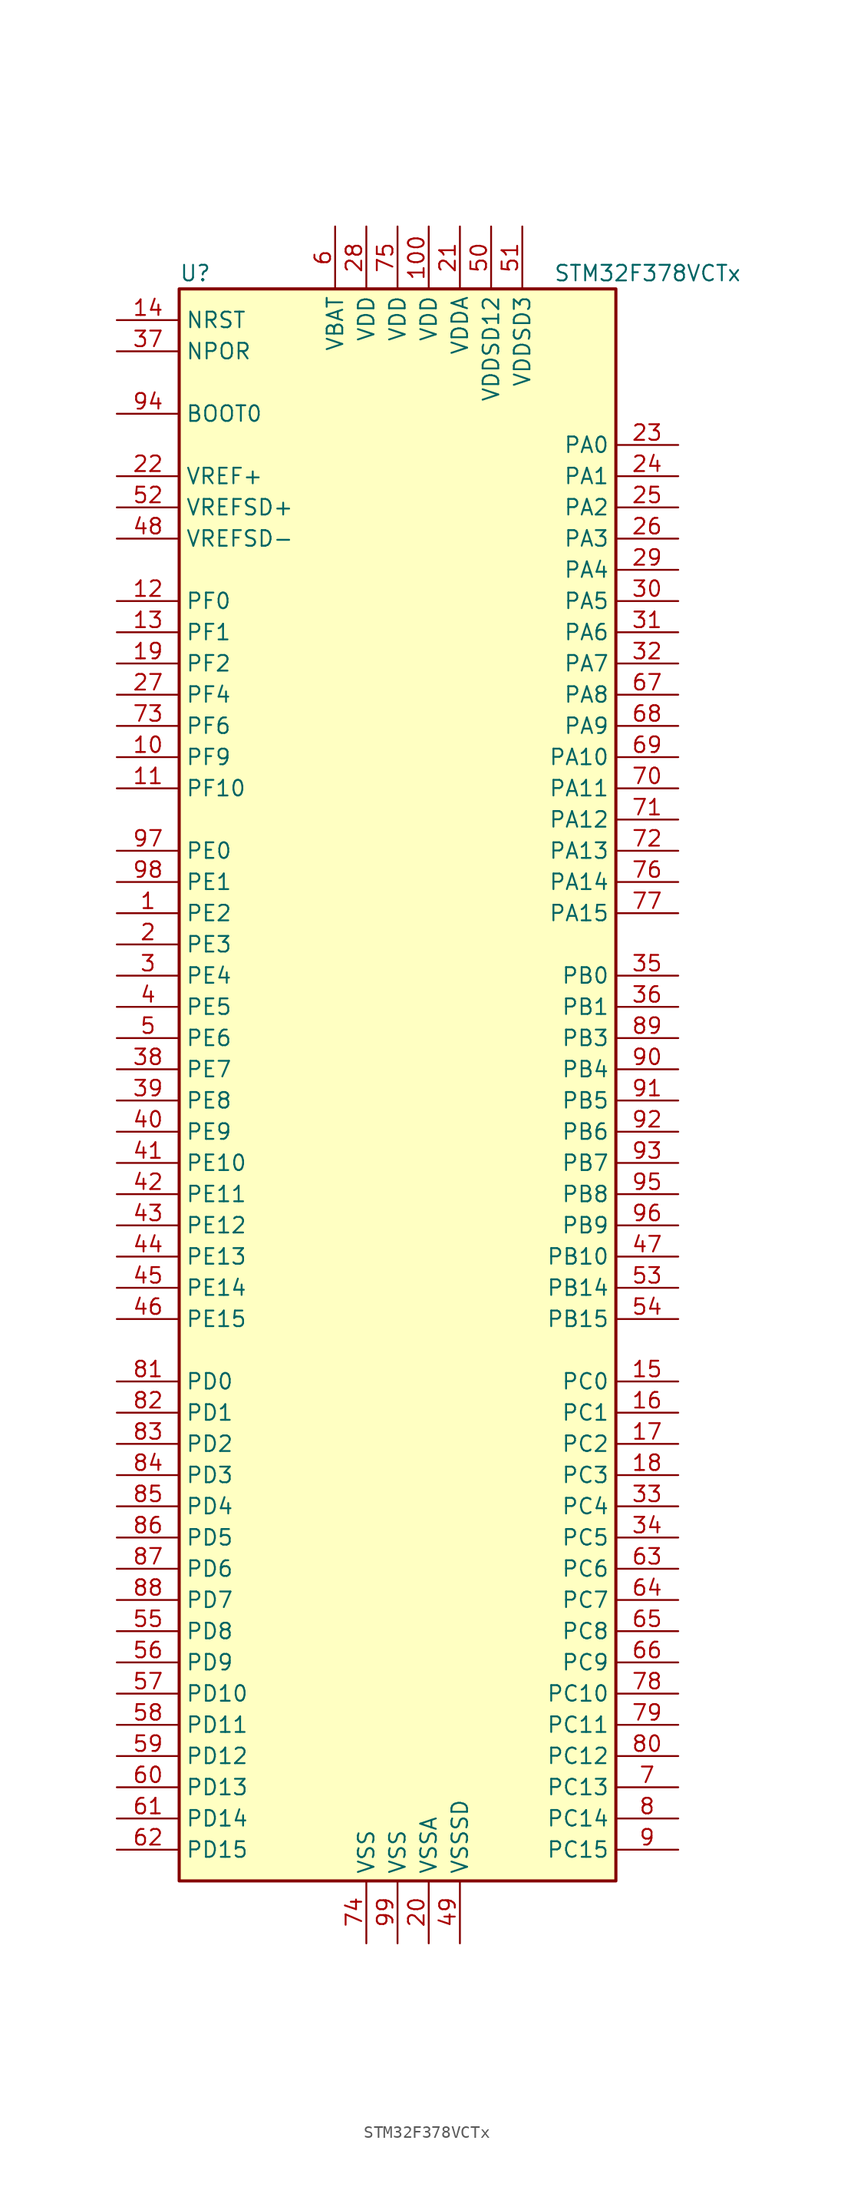
<source format=kicad_sym>
(kicad_symbol_lib
  (version 20201005)
  (generator kicad_symbol_editor)
  (symbol "STM32F378VCTx"
    (property "Reference" "U"
      (at -17.78 64.77 0)
      (effects (font (size 1.27 1.27)) (justify left)))
    (property "Value" "STM32F378VCTx"
      (at 12.7 64.77 0)
      (effects (font (size 1.27 1.27)) (justify left)))
    (symbol "STM32F378VCTx_0_1"
      (rectangle (start -17.78 -66.04) (end 17.78 63.5) (stroke (width 0.254)) (fill (type background))))
    (symbol "STM32F378VCTx_1_1"
      (pin input line (at -22.86 53.34 0) (length 5.08) (name "BOOT0" (effects (font (size 1.27 1.27)))) (number "94" (effects (font (size 1.27 1.27)))))
      (pin input line (at -22.86 58.42 0) (length 5.08) (name "NPOR" (effects (font (size 1.27 1.27)))) (number "37" (effects (font (size 1.27 1.27)))))
      (pin input line (at -22.86 60.96 0) (length 5.08) (name "NRST" (effects (font (size 1.27 1.27)))) (number "14" (effects (font (size 1.27 1.27)))))
      (pin bidirectional line (at 22.86 50.8 180) (length 5.08) (name "PA0" (effects (font (size 1.27 1.27)))) (number "23" (effects (font (size 1.27 1.27)))))
      (pin bidirectional line (at 22.86 48.26 180) (length 5.08) (name "PA1" (effects (font (size 1.27 1.27)))) (number "24" (effects (font (size 1.27 1.27)))))
      (pin bidirectional line (at 22.86 25.4 180) (length 5.08) (name "PA10" (effects (font (size 1.27 1.27)))) (number "69" (effects (font (size 1.27 1.27)))))
      (pin bidirectional line (at 22.86 22.86 180) (length 5.08) (name "PA11" (effects (font (size 1.27 1.27)))) (number "70" (effects (font (size 1.27 1.27)))))
      (pin bidirectional line (at 22.86 20.32 180) (length 5.08) (name "PA12" (effects (font (size 1.27 1.27)))) (number "71" (effects (font (size 1.27 1.27)))))
      (pin bidirectional line (at 22.86 17.78 180) (length 5.08) (name "PA13" (effects (font (size 1.27 1.27)))) (number "72" (effects (font (size 1.27 1.27)))))
      (pin bidirectional line (at 22.86 15.24 180) (length 5.08) (name "PA14" (effects (font (size 1.27 1.27)))) (number "76" (effects (font (size 1.27 1.27)))))
      (pin bidirectional line (at 22.86 12.7 180) (length 5.08) (name "PA15" (effects (font (size 1.27 1.27)))) (number "77" (effects (font (size 1.27 1.27)))))
      (pin bidirectional line (at 22.86 45.72 180) (length 5.08) (name "PA2" (effects (font (size 1.27 1.27)))) (number "25" (effects (font (size 1.27 1.27)))))
      (pin bidirectional line (at 22.86 43.18 180) (length 5.08) (name "PA3" (effects (font (size 1.27 1.27)))) (number "26" (effects (font (size 1.27 1.27)))))
      (pin bidirectional line (at 22.86 40.64 180) (length 5.08) (name "PA4" (effects (font (size 1.27 1.27)))) (number "29" (effects (font (size 1.27 1.27)))))
      (pin bidirectional line (at 22.86 38.1 180) (length 5.08) (name "PA5" (effects (font (size 1.27 1.27)))) (number "30" (effects (font (size 1.27 1.27)))))
      (pin bidirectional line (at 22.86 35.56 180) (length 5.08) (name "PA6" (effects (font (size 1.27 1.27)))) (number "31" (effects (font (size 1.27 1.27)))))
      (pin bidirectional line (at 22.86 33.02 180) (length 5.08) (name "PA7" (effects (font (size 1.27 1.27)))) (number "32" (effects (font (size 1.27 1.27)))))
      (pin bidirectional line (at 22.86 30.48 180) (length 5.08) (name "PA8" (effects (font (size 1.27 1.27)))) (number "67" (effects (font (size 1.27 1.27)))))
      (pin bidirectional line (at 22.86 27.94 180) (length 5.08) (name "PA9" (effects (font (size 1.27 1.27)))) (number "68" (effects (font (size 1.27 1.27)))))
      (pin bidirectional line (at 22.86 7.62 180) (length 5.08) (name "PB0" (effects (font (size 1.27 1.27)))) (number "35" (effects (font (size 1.27 1.27)))))
      (pin bidirectional line (at 22.86 5.08 180) (length 5.08) (name "PB1" (effects (font (size 1.27 1.27)))) (number "36" (effects (font (size 1.27 1.27)))))
      (pin bidirectional line (at 22.86 -15.24 180) (length 5.08) (name "PB10" (effects (font (size 1.27 1.27)))) (number "47" (effects (font (size 1.27 1.27)))))
      (pin bidirectional line (at 22.86 -17.78 180) (length 5.08) (name "PB14" (effects (font (size 1.27 1.27)))) (number "53" (effects (font (size 1.27 1.27)))))
      (pin bidirectional line (at 22.86 -20.32 180) (length 5.08) (name "PB15" (effects (font (size 1.27 1.27)))) (number "54" (effects (font (size 1.27 1.27)))))
      (pin bidirectional line (at 22.86 2.54 180) (length 5.08) (name "PB3" (effects (font (size 1.27 1.27)))) (number "89" (effects (font (size 1.27 1.27)))))
      (pin bidirectional line (at 22.86 0 180) (length 5.08) (name "PB4" (effects (font (size 1.27 1.27)))) (number "90" (effects (font (size 1.27 1.27)))))
      (pin bidirectional line (at 22.86 -2.54 180) (length 5.08) (name "PB5" (effects (font (size 1.27 1.27)))) (number "91" (effects (font (size 1.27 1.27)))))
      (pin bidirectional line (at 22.86 -5.08 180) (length 5.08) (name "PB6" (effects (font (size 1.27 1.27)))) (number "92" (effects (font (size 1.27 1.27)))))
      (pin bidirectional line (at 22.86 -7.62 180) (length 5.08) (name "PB7" (effects (font (size 1.27 1.27)))) (number "93" (effects (font (size 1.27 1.27)))))
      (pin bidirectional line (at 22.86 -10.16 180) (length 5.08) (name "PB8" (effects (font (size 1.27 1.27)))) (number "95" (effects (font (size 1.27 1.27)))))
      (pin bidirectional line (at 22.86 -12.7 180) (length 5.08) (name "PB9" (effects (font (size 1.27 1.27)))) (number "96" (effects (font (size 1.27 1.27)))))
      (pin bidirectional line (at 22.86 -25.4 180) (length 5.08) (name "PC0" (effects (font (size 1.27 1.27)))) (number "15" (effects (font (size 1.27 1.27)))))
      (pin bidirectional line (at 22.86 -27.94 180) (length 5.08) (name "PC1" (effects (font (size 1.27 1.27)))) (number "16" (effects (font (size 1.27 1.27)))))
      (pin bidirectional line (at 22.86 -50.8 180) (length 5.08) (name "PC10" (effects (font (size 1.27 1.27)))) (number "78" (effects (font (size 1.27 1.27)))))
      (pin bidirectional line (at 22.86 -53.34 180) (length 5.08) (name "PC11" (effects (font (size 1.27 1.27)))) (number "79" (effects (font (size 1.27 1.27)))))
      (pin bidirectional line (at 22.86 -55.88 180) (length 5.08) (name "PC12" (effects (font (size 1.27 1.27)))) (number "80" (effects (font (size 1.27 1.27)))))
      (pin bidirectional line (at 22.86 -58.42 180) (length 5.08) (name "PC13" (effects (font (size 1.27 1.27)))) (number "7" (effects (font (size 1.27 1.27)))))
      (pin bidirectional line (at 22.86 -60.96 180) (length 5.08) (name "PC14" (effects (font (size 1.27 1.27)))) (number "8" (effects (font (size 1.27 1.27)))))
      (pin bidirectional line (at 22.86 -63.5 180) (length 5.08) (name "PC15" (effects (font (size 1.27 1.27)))) (number "9" (effects (font (size 1.27 1.27)))))
      (pin bidirectional line (at 22.86 -30.48 180) (length 5.08) (name "PC2" (effects (font (size 1.27 1.27)))) (number "17" (effects (font (size 1.27 1.27)))))
      (pin bidirectional line (at 22.86 -33.02 180) (length 5.08) (name "PC3" (effects (font (size 1.27 1.27)))) (number "18" (effects (font (size 1.27 1.27)))))
      (pin bidirectional line (at 22.86 -35.56 180) (length 5.08) (name "PC4" (effects (font (size 1.27 1.27)))) (number "33" (effects (font (size 1.27 1.27)))))
      (pin bidirectional line (at 22.86 -38.1 180) (length 5.08) (name "PC5" (effects (font (size 1.27 1.27)))) (number "34" (effects (font (size 1.27 1.27)))))
      (pin bidirectional line (at 22.86 -40.64 180) (length 5.08) (name "PC6" (effects (font (size 1.27 1.27)))) (number "63" (effects (font (size 1.27 1.27)))))
      (pin bidirectional line (at 22.86 -43.18 180) (length 5.08) (name "PC7" (effects (font (size 1.27 1.27)))) (number "64" (effects (font (size 1.27 1.27)))))
      (pin bidirectional line (at 22.86 -45.72 180) (length 5.08) (name "PC8" (effects (font (size 1.27 1.27)))) (number "65" (effects (font (size 1.27 1.27)))))
      (pin bidirectional line (at 22.86 -48.26 180) (length 5.08) (name "PC9" (effects (font (size 1.27 1.27)))) (number "66" (effects (font (size 1.27 1.27)))))
      (pin bidirectional line (at -22.86 -25.4 0) (length 5.08) (name "PD0" (effects (font (size 1.27 1.27)))) (number "81" (effects (font (size 1.27 1.27)))))
      (pin bidirectional line (at -22.86 -27.94 0) (length 5.08) (name "PD1" (effects (font (size 1.27 1.27)))) (number "82" (effects (font (size 1.27 1.27)))))
      (pin bidirectional line (at -22.86 -50.8 0) (length 5.08) (name "PD10" (effects (font (size 1.27 1.27)))) (number "57" (effects (font (size 1.27 1.27)))))
      (pin bidirectional line (at -22.86 -53.34 0) (length 5.08) (name "PD11" (effects (font (size 1.27 1.27)))) (number "58" (effects (font (size 1.27 1.27)))))
      (pin bidirectional line (at -22.86 -55.88 0) (length 5.08) (name "PD12" (effects (font (size 1.27 1.27)))) (number "59" (effects (font (size 1.27 1.27)))))
      (pin bidirectional line (at -22.86 -58.42 0) (length 5.08) (name "PD13" (effects (font (size 1.27 1.27)))) (number "60" (effects (font (size 1.27 1.27)))))
      (pin bidirectional line (at -22.86 -60.96 0) (length 5.08) (name "PD14" (effects (font (size 1.27 1.27)))) (number "61" (effects (font (size 1.27 1.27)))))
      (pin bidirectional line (at -22.86 -63.5 0) (length 5.08) (name "PD15" (effects (font (size 1.27 1.27)))) (number "62" (effects (font (size 1.27 1.27)))))
      (pin bidirectional line (at -22.86 -30.48 0) (length 5.08) (name "PD2" (effects (font (size 1.27 1.27)))) (number "83" (effects (font (size 1.27 1.27)))))
      (pin bidirectional line (at -22.86 -33.02 0) (length 5.08) (name "PD3" (effects (font (size 1.27 1.27)))) (number "84" (effects (font (size 1.27 1.27)))))
      (pin bidirectional line (at -22.86 -35.56 0) (length 5.08) (name "PD4" (effects (font (size 1.27 1.27)))) (number "85" (effects (font (size 1.27 1.27)))))
      (pin bidirectional line (at -22.86 -38.1 0) (length 5.08) (name "PD5" (effects (font (size 1.27 1.27)))) (number "86" (effects (font (size 1.27 1.27)))))
      (pin bidirectional line (at -22.86 -40.64 0) (length 5.08) (name "PD6" (effects (font (size 1.27 1.27)))) (number "87" (effects (font (size 1.27 1.27)))))
      (pin bidirectional line (at -22.86 -43.18 0) (length 5.08) (name "PD7" (effects (font (size 1.27 1.27)))) (number "88" (effects (font (size 1.27 1.27)))))
      (pin bidirectional line (at -22.86 -45.72 0) (length 5.08) (name "PD8" (effects (font (size 1.27 1.27)))) (number "55" (effects (font (size 1.27 1.27)))))
      (pin bidirectional line (at -22.86 -48.26 0) (length 5.08) (name "PD9" (effects (font (size 1.27 1.27)))) (number "56" (effects (font (size 1.27 1.27)))))
      (pin bidirectional line (at -22.86 17.78 0) (length 5.08) (name "PE0" (effects (font (size 1.27 1.27)))) (number "97" (effects (font (size 1.27 1.27)))))
      (pin bidirectional line (at -22.86 15.24 0) (length 5.08) (name "PE1" (effects (font (size 1.27 1.27)))) (number "98" (effects (font (size 1.27 1.27)))))
      (pin bidirectional line (at -22.86 -7.62 0) (length 5.08) (name "PE10" (effects (font (size 1.27 1.27)))) (number "41" (effects (font (size 1.27 1.27)))))
      (pin bidirectional line (at -22.86 -10.16 0) (length 5.08) (name "PE11" (effects (font (size 1.27 1.27)))) (number "42" (effects (font (size 1.27 1.27)))))
      (pin bidirectional line (at -22.86 -12.7 0) (length 5.08) (name "PE12" (effects (font (size 1.27 1.27)))) (number "43" (effects (font (size 1.27 1.27)))))
      (pin bidirectional line (at -22.86 -15.24 0) (length 5.08) (name "PE13" (effects (font (size 1.27 1.27)))) (number "44" (effects (font (size 1.27 1.27)))))
      (pin bidirectional line (at -22.86 -17.78 0) (length 5.08) (name "PE14" (effects (font (size 1.27 1.27)))) (number "45" (effects (font (size 1.27 1.27)))))
      (pin bidirectional line (at -22.86 -20.32 0) (length 5.08) (name "PE15" (effects (font (size 1.27 1.27)))) (number "46" (effects (font (size 1.27 1.27)))))
      (pin bidirectional line (at -22.86 12.7 0) (length 5.08) (name "PE2" (effects (font (size 1.27 1.27)))) (number "1" (effects (font (size 1.27 1.27)))))
      (pin bidirectional line (at -22.86 10.16 0) (length 5.08) (name "PE3" (effects (font (size 1.27 1.27)))) (number "2" (effects (font (size 1.27 1.27)))))
      (pin bidirectional line (at -22.86 7.62 0) (length 5.08) (name "PE4" (effects (font (size 1.27 1.27)))) (number "3" (effects (font (size 1.27 1.27)))))
      (pin bidirectional line (at -22.86 5.08 0) (length 5.08) (name "PE5" (effects (font (size 1.27 1.27)))) (number "4" (effects (font (size 1.27 1.27)))))
      (pin bidirectional line (at -22.86 2.54 0) (length 5.08) (name "PE6" (effects (font (size 1.27 1.27)))) (number "5" (effects (font (size 1.27 1.27)))))
      (pin bidirectional line (at -22.86 0 0) (length 5.08) (name "PE7" (effects (font (size 1.27 1.27)))) (number "38" (effects (font (size 1.27 1.27)))))
      (pin bidirectional line (at -22.86 -2.54 0) (length 5.08) (name "PE8" (effects (font (size 1.27 1.27)))) (number "39" (effects (font (size 1.27 1.27)))))
      (pin bidirectional line (at -22.86 -5.08 0) (length 5.08) (name "PE9" (effects (font (size 1.27 1.27)))) (number "40" (effects (font (size 1.27 1.27)))))
      (pin input line (at -22.86 38.1 0) (length 5.08) (name "PF0" (effects (font (size 1.27 1.27)))) (number "12" (effects (font (size 1.27 1.27)))))
      (pin input line (at -22.86 35.56 0) (length 5.08) (name "PF1" (effects (font (size 1.27 1.27)))) (number "13" (effects (font (size 1.27 1.27)))))
      (pin bidirectional line (at -22.86 22.86 0) (length 5.08) (name "PF10" (effects (font (size 1.27 1.27)))) (number "11" (effects (font (size 1.27 1.27)))))
      (pin bidirectional line (at -22.86 33.02 0) (length 5.08) (name "PF2" (effects (font (size 1.27 1.27)))) (number "19" (effects (font (size 1.27 1.27)))))
      (pin bidirectional line (at -22.86 30.48 0) (length 5.08) (name "PF4" (effects (font (size 1.27 1.27)))) (number "27" (effects (font (size 1.27 1.27)))))
      (pin bidirectional line (at -22.86 27.94 0) (length 5.08) (name "PF6" (effects (font (size 1.27 1.27)))) (number "73" (effects (font (size 1.27 1.27)))))
      (pin bidirectional line (at -22.86 25.4 0) (length 5.08) (name "PF9" (effects (font (size 1.27 1.27)))) (number "10" (effects (font (size 1.27 1.27)))))
      (pin power_in line (at -5.08 68.58 270) (length 5.08) (name "VBAT" (effects (font (size 1.27 1.27)))) (number "6" (effects (font (size 1.27 1.27)))))
      (pin power_in line (at 2.54 68.58 270) (length 5.08) (name "VDD" (effects (font (size 1.27 1.27)))) (number "100" (effects (font (size 1.27 1.27)))))
      (pin power_in line (at -2.54 68.58 270) (length 5.08) (name "VDD" (effects (font (size 1.27 1.27)))) (number "28" (effects (font (size 1.27 1.27)))))
      (pin power_in line (at 0 68.58 270) (length 5.08) (name "VDD" (effects (font (size 1.27 1.27)))) (number "75" (effects (font (size 1.27 1.27)))))
      (pin power_in line (at 5.08 68.58 270) (length 5.08) (name "VDDA" (effects (font (size 1.27 1.27)))) (number "21" (effects (font (size 1.27 1.27)))))
      (pin power_in line (at 7.62 68.58 270) (length 5.08) (name "VDDSD12" (effects (font (size 1.27 1.27)))) (number "50" (effects (font (size 1.27 1.27)))))
      (pin power_in line (at 10.16 68.58 270) (length 5.08) (name "VDDSD3" (effects (font (size 1.27 1.27)))) (number "51" (effects (font (size 1.27 1.27)))))
      (pin power_in line (at -22.86 48.26 0) (length 5.08) (name "VREF+" (effects (font (size 1.27 1.27)))) (number "22" (effects (font (size 1.27 1.27)))))
      (pin power_in line (at -22.86 45.72 0) (length 5.08) (name "VREFSD+" (effects (font (size 1.27 1.27)))) (number "52" (effects (font (size 1.27 1.27)))))
      (pin power_in line (at -22.86 43.18 0) (length 5.08) (name "VREFSD-" (effects (font (size 1.27 1.27)))) (number "48" (effects (font (size 1.27 1.27)))))
      (pin power_in line (at -2.54 -71.12 90) (length 5.08) (name "VSS" (effects (font (size 1.27 1.27)))) (number "74" (effects (font (size 1.27 1.27)))))
      (pin power_in line (at 0 -71.12 90) (length 5.08) (name "VSS" (effects (font (size 1.27 1.27)))) (number "99" (effects (font (size 1.27 1.27)))))
      (pin power_in line (at 2.54 -71.12 90) (length 5.08) (name "VSSA" (effects (font (size 1.27 1.27)))) (number "20" (effects (font (size 1.27 1.27)))))
      (pin power_in line (at 5.08 -71.12 90) (length 5.08) (name "VSSSD" (effects (font (size 1.27 1.27)))) (number "49" (effects (font (size 1.27 1.27))))))))
</source>
